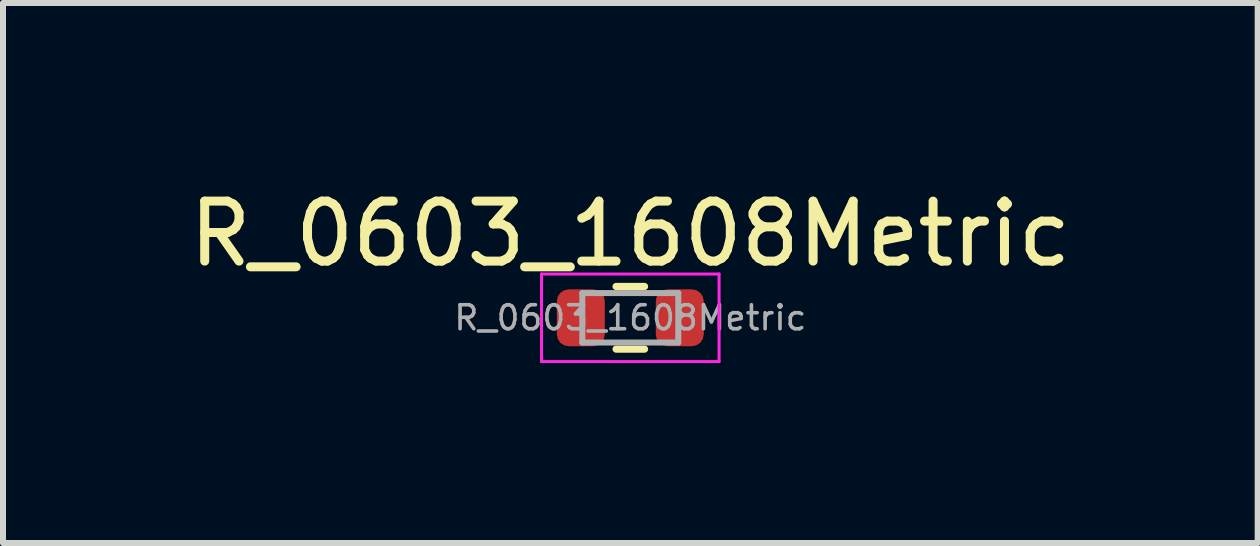
<source format=kicad_pcb>
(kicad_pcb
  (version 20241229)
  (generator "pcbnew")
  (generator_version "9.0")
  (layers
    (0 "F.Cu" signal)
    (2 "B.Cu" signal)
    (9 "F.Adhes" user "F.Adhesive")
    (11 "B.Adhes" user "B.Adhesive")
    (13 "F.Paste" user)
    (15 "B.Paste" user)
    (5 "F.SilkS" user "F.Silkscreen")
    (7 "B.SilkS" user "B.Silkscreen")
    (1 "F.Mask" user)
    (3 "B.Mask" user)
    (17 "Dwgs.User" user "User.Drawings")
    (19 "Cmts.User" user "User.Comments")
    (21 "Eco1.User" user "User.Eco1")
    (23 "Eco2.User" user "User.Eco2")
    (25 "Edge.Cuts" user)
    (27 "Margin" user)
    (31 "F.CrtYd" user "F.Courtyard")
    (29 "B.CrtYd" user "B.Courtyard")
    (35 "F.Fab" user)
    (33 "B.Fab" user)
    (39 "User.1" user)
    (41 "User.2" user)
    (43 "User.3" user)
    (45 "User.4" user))
  (footprint "R_0603_1608Metric"
    (layer "F.Cu")
    (at 7.458 2.248)
    (property "Reference" "R_0603_1608Metric" (at 0 -1.4 0) (layer "F.SilkS") (effects (font (size 1 1) (thickness 0.15))))
    (attr smd)
    (fp_line (start -0.237 -0.522) (end 0.237 -0.522) (stroke (width 0.12) (type solid)) (layer "F.SilkS"))
    (fp_line (start -0.237 0.522) (end 0.237 0.522) (stroke (width 0.12) (type solid)) (layer "F.SilkS"))
    (fp_line (start -1.48 -0.73) (end 1.48 -0.73) (stroke (width 0.05) (type solid)) (layer "F.CrtYd"))
    (fp_line (start -1.48 0.73) (end -1.48 -0.73) (stroke (width 0.05) (type solid)) (layer "F.CrtYd"))
    (fp_line (start 1.48 -0.73) (end 1.48 0.73) (stroke (width 0.05) (type solid)) (layer "F.CrtYd"))
    (fp_line (start 1.48 0.73) (end -1.48 0.73) (stroke (width 0.05) (type solid)) (layer "F.CrtYd"))
    (fp_line (start -0.8 -0.412) (end 0.8 -0.412) (stroke (width 0.1) (type solid)) (layer "F.Fab"))
    (fp_line (start -0.8 0.412) (end -0.8 -0.412) (stroke (width 0.1) (type solid)) (layer "F.Fab"))
    (fp_line (start 0.8 -0.412) (end 0.8 0.412) (stroke (width 0.1) (type solid)) (layer "F.Fab"))
    (fp_line (start 0.8 0.412) (end -0.8 0.412) (stroke (width 0.1) (type solid)) (layer "F.Fab"))
    (fp_text user "${REFERENCE}" (at 0 0 0) (layer "F.Fab") (effects (font (size 0.4 0.4) (thickness 0.06))))
    (pad "1" smd roundrect (at -0.825 0) (size 0.8 0.95) (layers "F.Cu" "F.Mask" "F.Paste") (roundrect_rratio 0.25))
    (pad "2" smd roundrect (at 0.825 0) (size 0.8 0.95) (layers "F.Cu" "F.Mask" "F.Paste") (roundrect_rratio 0.25)))
  (gr_rect
    (start -3 -3)
    (end 17.917 6.003)
    (stroke (width 0.1) (type default))
    (fill no)
    (layer "Edge.Cuts")))
</source>
